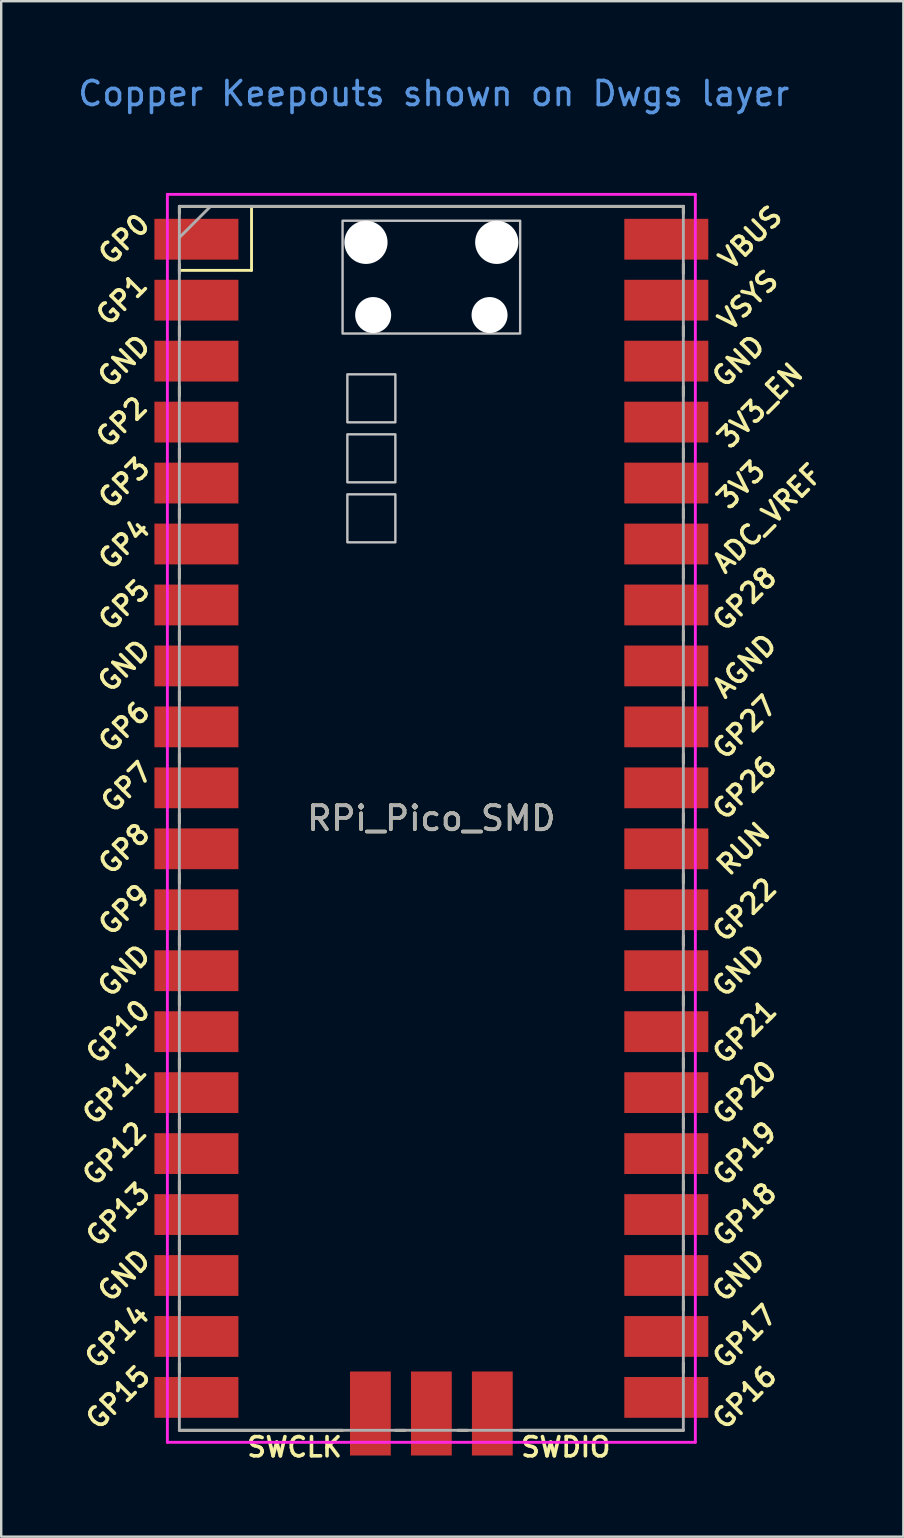
<source format=kicad_pcb>
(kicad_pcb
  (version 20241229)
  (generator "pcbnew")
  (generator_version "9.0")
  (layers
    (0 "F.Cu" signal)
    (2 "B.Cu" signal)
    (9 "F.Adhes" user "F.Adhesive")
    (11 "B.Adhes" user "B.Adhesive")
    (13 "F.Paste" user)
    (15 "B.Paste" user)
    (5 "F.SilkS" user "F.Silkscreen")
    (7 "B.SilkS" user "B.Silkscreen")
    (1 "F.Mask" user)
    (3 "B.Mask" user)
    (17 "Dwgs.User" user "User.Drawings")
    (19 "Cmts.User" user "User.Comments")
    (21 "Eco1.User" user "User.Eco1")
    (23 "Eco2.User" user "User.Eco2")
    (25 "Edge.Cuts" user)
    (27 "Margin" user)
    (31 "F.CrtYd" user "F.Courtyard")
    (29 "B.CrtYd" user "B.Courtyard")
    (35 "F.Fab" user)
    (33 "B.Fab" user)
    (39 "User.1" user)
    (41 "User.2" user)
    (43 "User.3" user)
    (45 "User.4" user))
  (footprint "RPi_Pico_SMD"
    (layer "F.Cu")
    (at 14.924 31.048)
    (property "Reference" "RPi_Pico_SMD" (at 0 0 0) (layer "F.SilkS") (effects (font (size 1 1) (thickness 0.15))))
    (attr through_hole)
    (fp_line (start -10.5 -25.5) (end -10.5 -25.2) (stroke (width 0.12) (type solid)) (layer "F.SilkS"))
    (fp_line (start -10.5 -25.5) (end 10.5 -25.5) (stroke (width 0.12) (type solid)) (layer "F.SilkS"))
    (fp_line (start -10.5 -23.1) (end -10.5 -22.7) (stroke (width 0.12) (type solid)) (layer "F.SilkS"))
    (fp_line (start -10.5 -22.833) (end -7.493 -22.833) (stroke (width 0.12) (type solid)) (layer "F.SilkS"))
    (fp_line (start -10.5 -20.5) (end -10.5 -20.1) (stroke (width 0.12) (type solid)) (layer "F.SilkS"))
    (fp_line (start -10.5 -18) (end -10.5 -17.6) (stroke (width 0.12) (type solid)) (layer "F.SilkS"))
    (fp_line (start -10.5 -15.4) (end -10.5 -15) (stroke (width 0.12) (type solid)) (layer "F.SilkS"))
    (fp_line (start -10.5 -12.9) (end -10.5 -12.5) (stroke (width 0.12) (type solid)) (layer "F.SilkS"))
    (fp_line (start -10.5 -10.4) (end -10.5 -10) (stroke (width 0.12) (type solid)) (layer "F.SilkS"))
    (fp_line (start -10.5 -7.8) (end -10.5 -7.4) (stroke (width 0.12) (type solid)) (layer "F.SilkS"))
    (fp_line (start -10.5 -5.3) (end -10.5 -4.9) (stroke (width 0.12) (type solid)) (layer "F.SilkS"))
    (fp_line (start -10.5 -2.7) (end -10.5 -2.3) (stroke (width 0.12) (type solid)) (layer "F.SilkS"))
    (fp_line (start -10.5 -0.2) (end -10.5 0.2) (stroke (width 0.12) (type solid)) (layer "F.SilkS"))
    (fp_line (start -10.5 2.3) (end -10.5 2.7) (stroke (width 0.12) (type solid)) (layer "F.SilkS"))
    (fp_line (start -10.5 4.9) (end -10.5 5.3) (stroke (width 0.12) (type solid)) (layer "F.SilkS"))
    (fp_line (start -10.5 7.4) (end -10.5 7.8) (stroke (width 0.12) (type solid)) (layer "F.SilkS"))
    (fp_line (start -10.5 10) (end -10.5 10.4) (stroke (width 0.12) (type solid)) (layer "F.SilkS"))
    (fp_line (start -10.5 12.5) (end -10.5 12.9) (stroke (width 0.12) (type solid)) (layer "F.SilkS"))
    (fp_line (start -10.5 15.1) (end -10.5 15.5) (stroke (width 0.12) (type solid)) (layer "F.SilkS"))
    (fp_line (start -10.5 17.6) (end -10.5 18) (stroke (width 0.12) (type solid)) (layer "F.SilkS"))
    (fp_line (start -10.5 20.1) (end -10.5 20.5) (stroke (width 0.12) (type solid)) (layer "F.SilkS"))
    (fp_line (start -10.5 22.7) (end -10.5 23.1) (stroke (width 0.12) (type solid)) (layer "F.SilkS"))
    (fp_line (start -7.493 -22.833) (end -7.493 -25.5) (stroke (width 0.12) (type solid)) (layer "F.SilkS"))
    (fp_line (start -3.7 25.5) (end -10.5 25.5) (stroke (width 0.12) (type solid)) (layer "F.SilkS"))
    (fp_line (start -1.5 25.5) (end -1.1 25.5) (stroke (width 0.12) (type solid)) (layer "F.SilkS"))
    (fp_line (start 1.1 25.5) (end 1.5 25.5) (stroke (width 0.12) (type solid)) (layer "F.SilkS"))
    (fp_line (start 10.5 -25.5) (end 10.5 -25.2) (stroke (width 0.12) (type solid)) (layer "F.SilkS"))
    (fp_line (start 10.5 -23.1) (end 10.5 -22.7) (stroke (width 0.12) (type solid)) (layer "F.SilkS"))
    (fp_line (start 10.5 -20.5) (end 10.5 -20.1) (stroke (width 0.12) (type solid)) (layer "F.SilkS"))
    (fp_line (start 10.5 -18) (end 10.5 -17.6) (stroke (width 0.12) (type solid)) (layer "F.SilkS"))
    (fp_line (start 10.5 -15.4) (end 10.5 -15) (stroke (width 0.12) (type solid)) (layer "F.SilkS"))
    (fp_line (start 10.5 -12.9) (end 10.5 -12.5) (stroke (width 0.12) (type solid)) (layer "F.SilkS"))
    (fp_line (start 10.5 -10.4) (end 10.5 -10) (stroke (width 0.12) (type solid)) (layer "F.SilkS"))
    (fp_line (start 10.5 -7.8) (end 10.5 -7.4) (stroke (width 0.12) (type solid)) (layer "F.SilkS"))
    (fp_line (start 10.5 -5.3) (end 10.5 -4.9) (stroke (width 0.12) (type solid)) (layer "F.SilkS"))
    (fp_line (start 10.5 -2.7) (end 10.5 -2.3) (stroke (width 0.12) (type solid)) (layer "F.SilkS"))
    (fp_line (start 10.5 -0.2) (end 10.5 0.2) (stroke (width 0.12) (type solid)) (layer "F.SilkS"))
    (fp_line (start 10.5 2.3) (end 10.5 2.7) (stroke (width 0.12) (type solid)) (layer "F.SilkS"))
    (fp_line (start 10.5 4.9) (end 10.5 5.3) (stroke (width 0.12) (type solid)) (layer "F.SilkS"))
    (fp_line (start 10.5 7.4) (end 10.5 7.8) (stroke (width 0.12) (type solid)) (layer "F.SilkS"))
    (fp_line (start 10.5 10) (end 10.5 10.4) (stroke (width 0.12) (type solid)) (layer "F.SilkS"))
    (fp_line (start 10.5 12.5) (end 10.5 12.9) (stroke (width 0.12) (type solid)) (layer "F.SilkS"))
    (fp_line (start 10.5 15.1) (end 10.5 15.5) (stroke (width 0.12) (type solid)) (layer "F.SilkS"))
    (fp_line (start 10.5 17.6) (end 10.5 18) (stroke (width 0.12) (type solid)) (layer "F.SilkS"))
    (fp_line (start 10.5 20.1) (end 10.5 20.5) (stroke (width 0.12) (type solid)) (layer "F.SilkS"))
    (fp_line (start 10.5 22.7) (end 10.5 23.1) (stroke (width 0.12) (type solid)) (layer "F.SilkS"))
    (fp_line (start 10.5 25.5) (end 3.7 25.5) (stroke (width 0.12) (type solid)) (layer "F.SilkS"))
    (fp_poly (pts (xy -1.5 -16.5) (xy -3.5 -16.5) (xy -3.5 -18.5) (xy -1.5 -18.5)) (stroke (width 0.1) (type solid)) (fill no) (layer "Dwgs.User"))
    (fp_poly (pts (xy -1.5 -14) (xy -3.5 -14) (xy -3.5 -16) (xy -1.5 -16)) (stroke (width 0.1) (type solid)) (fill no) (layer "Dwgs.User"))
    (fp_poly (pts (xy -1.5 -11.5) (xy -3.5 -11.5) (xy -3.5 -13.5) (xy -1.5 -13.5)) (stroke (width 0.1) (type solid)) (fill no) (layer "Dwgs.User"))
    (fp_poly (pts (xy 3.7 -20.2) (xy -3.7 -20.2) (xy -3.7 -24.9) (xy 3.7 -24.9)) (stroke (width 0.1) (type solid)) (fill no) (layer "Dwgs.User"))
    (fp_line (start -11 -26) (end 11 -26) (stroke (width 0.12) (type solid)) (layer "F.CrtYd"))
    (fp_line (start -11 26) (end -11 -26) (stroke (width 0.12) (type solid)) (layer "F.CrtYd"))
    (fp_line (start 11 -26) (end 11 26) (stroke (width 0.12) (type solid)) (layer "F.CrtYd"))
    (fp_line (start 11 26) (end -11 26) (stroke (width 0.12) (type solid)) (layer "F.CrtYd"))
    (fp_line (start -10.5 -25.5) (end 10.5 -25.5) (stroke (width 0.12) (type solid)) (layer "F.Fab"))
    (fp_line (start -10.5 -24.2) (end -9.2 -25.5) (stroke (width 0.12) (type solid)) (layer "F.Fab"))
    (fp_line (start -10.5 25.5) (end -10.5 -25.5) (stroke (width 0.12) (type solid)) (layer "F.Fab"))
    (fp_line (start 10.5 -25.5) (end 10.5 25.5) (stroke (width 0.12) (type solid)) (layer "F.Fab"))
    (fp_line (start 10.5 25.5) (end -10.5 25.5) (stroke (width 0.12) (type solid)) (layer "F.Fab"))
    (fp_text user "GP20" (at 13.054 11.43 45) (layer "F.SilkS") (effects (font (size 0.8 0.8) (thickness 0.15))))
    (fp_text user "GP9" (at -12.8 3.81 45) (layer "F.SilkS") (effects (font (size 0.8 0.8) (thickness 0.15))))
    (fp_text user "GP18" (at 13.054 16.51 45) (layer "F.SilkS") (effects (font (size 0.8 0.8) (thickness 0.15))))
    (fp_text user "GND" (at -12.8 -19.05 45) (layer "F.SilkS") (effects (font (size 0.8 0.8) (thickness 0.15))))
    (fp_text user "GND" (at 12.8 6.35 45) (layer "F.SilkS") (effects (font (size 0.8 0.8) (thickness 0.15))))
    (fp_text user "GP12" (at -13.2 13.97 45) (layer "F.SilkS") (effects (font (size 0.8 0.8) (thickness 0.15))))
    (fp_text user "GP2" (at -12.9 -16.51 45) (layer "F.SilkS") (effects (font (size 0.8 0.8) (thickness 0.15))))
    (fp_text user "GP15" (at -13.054 24.13 45) (layer "F.SilkS") (effects (font (size 0.8 0.8) (thickness 0.15))))
    (fp_text user "GP14" (at -13.1 21.59 45) (layer "F.SilkS") (effects (font (size 0.8 0.8) (thickness 0.15))))
    (fp_text user "GND" (at -12.8 19.05 45) (layer "F.SilkS") (effects (font (size 0.8 0.8) (thickness 0.15))))
    (fp_text user "GP7" (at -12.7 -1.3 45) (layer "F.SilkS") (effects (font (size 0.8 0.8) (thickness 0.15))))
    (fp_text user "GP6" (at -12.8 -3.81 45) (layer "F.SilkS") (effects (font (size 0.8 0.8) (thickness 0.15))))
    (fp_text user "GP10" (at -13.054 8.89 45) (layer "F.SilkS") (effects (font (size 0.8 0.8) (thickness 0.15))))
    (fp_text user "GP22" (at 13.054 3.81 45) (layer "F.SilkS") (effects (font (size 0.8 0.8) (thickness 0.15))))
    (fp_text user "GP21" (at 13.054 8.9 45) (layer "F.SilkS") (effects (font (size 0.8 0.8) (thickness 0.15))))
    (fp_text user "GND" (at 12.8 -19.05 45) (layer "F.SilkS") (effects (font (size 0.8 0.8) (thickness 0.15))))
    (fp_text user "GP16" (at 13.054 24.13 45) (layer "F.SilkS") (effects (font (size 0.8 0.8) (thickness 0.15))))
    (fp_text user "GP1" (at -12.9 -21.6 45) (layer "F.SilkS") (effects (font (size 0.8 0.8) (thickness 0.15))))
    (fp_text user "3V3" (at 12.9 -13.9 45) (layer "F.SilkS") (effects (font (size 0.8 0.8) (thickness 0.15))))
    (fp_text user "GND" (at -12.8 6.35 45) (layer "F.SilkS") (effects (font (size 0.8 0.8) (thickness 0.15))))
    (fp_text user "VSYS" (at 13.2 -21.59 45) (layer "F.SilkS") (effects (font (size 0.8 0.8) (thickness 0.15))))
    (fp_text user "RUN" (at 13 1.27 45) (layer "F.SilkS") (effects (font (size 0.8 0.8) (thickness 0.15))))
    (fp_text user "SWDIO" (at 5.6 26.2 0) (layer "F.SilkS") (effects (font (size 0.8 0.8) (thickness 0.15))))
    (fp_text user "GP3" (at -12.8 -13.97 45) (layer "F.SilkS") (effects (font (size 0.8 0.8) (thickness 0.15))))
    (fp_text user "VBUS" (at 13.3 -24.2 45) (layer "F.SilkS") (effects (font (size 0.8 0.8) (thickness 0.15))))
    (fp_text user "GP5" (at -12.8 -8.89 45) (layer "F.SilkS") (effects (font (size 0.8 0.8) (thickness 0.15))))
    (fp_text user "GND" (at -12.8 -6.35 45) (layer "F.SilkS") (effects (font (size 0.8 0.8) (thickness 0.15))))
    (fp_text user "ADC_VREF" (at 14 -12.5 45) (layer "F.SilkS") (effects (font (size 0.8 0.8) (thickness 0.15))))
    (fp_text user "GP0" (at -12.8 -24.13 45) (layer "F.SilkS") (effects (font (size 0.8 0.8) (thickness 0.15))))
    (fp_text user "AGND" (at 13.054 -6.35 45) (layer "F.SilkS") (effects (font (size 0.8 0.8) (thickness 0.15))))
    (fp_text user "3V3_EN" (at 13.7 -17.2 45) (layer "F.SilkS") (effects (font (size 0.8 0.8) (thickness 0.15))))
    (fp_text user "GP4" (at -12.8 -11.43 45) (layer "F.SilkS") (effects (font (size 0.8 0.8) (thickness 0.15))))
    (fp_text user "GP17" (at 13.054 21.59 45) (layer "F.SilkS") (effects (font (size 0.8 0.8) (thickness 0.15))))
    (fp_text user "GP13" (at -13.054 16.51 45) (layer "F.SilkS") (effects (font (size 0.8 0.8) (thickness 0.15))))
    (fp_text user "SWCLK" (at -5.7 26.2 0) (layer "F.SilkS") (effects (font (size 0.8 0.8) (thickness 0.15))))
    (fp_text user "GP26" (at 13.054 -1.27 45) (layer "F.SilkS") (effects (font (size 0.8 0.8) (thickness 0.15))))
    (fp_text user "GP28" (at 13.054 -9.144 45) (layer "F.SilkS") (effects (font (size 0.8 0.8) (thickness 0.15))))
    (fp_text user "GP8" (at -12.8 1.27 45) (layer "F.SilkS") (effects (font (size 0.8 0.8) (thickness 0.15))))
    (fp_text user "GND" (at 12.8 19.05 45) (layer "F.SilkS") (effects (font (size 0.8 0.8) (thickness 0.15))))
    (fp_text user "GP27" (at 13.054 -3.8 45) (layer "F.SilkS") (effects (font (size 0.8 0.8) (thickness 0.15))))
    (fp_text user "GP11" (at -13.2 11.43 45) (layer "F.SilkS") (effects (font (size 0.8 0.8) (thickness 0.15))))
    (fp_text user "GP19" (at 13.054 13.97 45) (layer "F.SilkS") (effects (font (size 0.8 0.8) (thickness 0.15))))
    (fp_text user "Copper Keepouts shown on Dwgs layer" (at 0.1 -30.2 0) (layer "Cmts.User") (effects (font (size 1 1) (thickness 0.15))))
    (fp_text user "${REFERENCE}" (at 0 0 180) (layer "F.Fab") (effects (font (size 1 1) (thickness 0.15))))
    (pad "" np_thru_hole oval (at -2.725 -24) (size 1.8 1.8) (drill 1.8) (layers "*.Cu" "*.Mask"))
    (pad "" np_thru_hole oval (at -2.425 -20.97) (size 1.5 1.5) (drill 1.5) (layers "*.Cu" "*.Mask"))
    (pad "" np_thru_hole oval (at 2.425 -20.97) (size 1.5 1.5) (drill 1.5) (layers "*.Cu" "*.Mask"))
    (pad "" np_thru_hole oval (at 2.725 -24) (size 1.8 1.8) (drill 1.8) (layers "*.Cu" "*.Mask"))
    (pad "1" smd rect (at -8.89 -24.13) (size 3.5 1.7) (drill (offset -0.9 0)) (layers "F.Cu" "F.Mask"))
    (pad "2" smd rect (at -8.89 -21.59) (size 3.5 1.7) (drill (offset -0.9 0)) (layers "F.Cu" "F.Mask"))
    (pad "3" smd rect (at -8.89 -19.05) (size 3.5 1.7) (drill (offset -0.9 0)) (layers "F.Cu" "F.Mask"))
    (pad "4" smd rect (at -8.89 -16.51) (size 3.5 1.7) (drill (offset -0.9 0)) (layers "F.Cu" "F.Mask"))
    (pad "5" smd rect (at -8.89 -13.97) (size 3.5 1.7) (drill (offset -0.9 0)) (layers "F.Cu" "F.Mask"))
    (pad "6" smd rect (at -8.89 -11.43) (size 3.5 1.7) (drill (offset -0.9 0)) (layers "F.Cu" "F.Mask"))
    (pad "7" smd rect (at -8.89 -8.89) (size 3.5 1.7) (drill (offset -0.9 0)) (layers "F.Cu" "F.Mask"))
    (pad "8" smd rect (at -8.89 -6.35) (size 3.5 1.7) (drill (offset -0.9 0)) (layers "F.Cu" "F.Mask"))
    (pad "9" smd rect (at -8.89 -3.81) (size 3.5 1.7) (drill (offset -0.9 0)) (layers "F.Cu" "F.Mask"))
    (pad "10" smd rect (at -8.89 -1.27) (size 3.5 1.7) (drill (offset -0.9 0)) (layers "F.Cu" "F.Mask"))
    (pad "11" smd rect (at -8.89 1.27) (size 3.5 1.7) (drill (offset -0.9 0)) (layers "F.Cu" "F.Mask"))
    (pad "12" smd rect (at -8.89 3.81) (size 3.5 1.7) (drill (offset -0.9 0)) (layers "F.Cu" "F.Mask"))
    (pad "13" smd rect (at -8.89 6.35) (size 3.5 1.7) (drill (offset -0.9 0)) (layers "F.Cu" "F.Mask"))
    (pad "14" smd rect (at -8.89 8.89) (size 3.5 1.7) (drill (offset -0.9 0)) (layers "F.Cu" "F.Mask"))
    (pad "15" smd rect (at -8.89 11.43) (size 3.5 1.7) (drill (offset -0.9 0)) (layers "F.Cu" "F.Mask"))
    (pad "16" smd rect (at -8.89 13.97) (size 3.5 1.7) (drill (offset -0.9 0)) (layers "F.Cu" "F.Mask"))
    (pad "17" smd rect (at -8.89 16.51) (size 3.5 1.7) (drill (offset -0.9 0)) (layers "F.Cu" "F.Mask"))
    (pad "18" smd rect (at -8.89 19.05) (size 3.5 1.7) (drill (offset -0.9 0)) (layers "F.Cu" "F.Mask"))
    (pad "19" smd rect (at -8.89 21.59) (size 3.5 1.7) (drill (offset -0.9 0)) (layers "F.Cu" "F.Mask"))
    (pad "20" smd rect (at -8.89 24.13) (size 3.5 1.7) (drill (offset -0.9 0)) (layers "F.Cu" "F.Mask"))
    (pad "21" smd rect (at 8.89 24.13) (size 3.5 1.7) (drill (offset 0.9 0)) (layers "F.Cu" "F.Mask"))
    (pad "22" smd rect (at 8.89 21.59) (size 3.5 1.7) (drill (offset 0.9 0)) (layers "F.Cu" "F.Mask"))
    (pad "23" smd rect (at 8.89 19.05) (size 3.5 1.7) (drill (offset 0.9 0)) (layers "F.Cu" "F.Mask"))
    (pad "24" smd rect (at 8.89 16.51) (size 3.5 1.7) (drill (offset 0.9 0)) (layers "F.Cu" "F.Mask"))
    (pad "25" smd rect (at 8.89 13.97) (size 3.5 1.7) (drill (offset 0.9 0)) (layers "F.Cu" "F.Mask"))
    (pad "26" smd rect (at 8.89 11.43) (size 3.5 1.7) (drill (offset 0.9 0)) (layers "F.Cu" "F.Mask"))
    (pad "27" smd rect (at 8.89 8.89) (size 3.5 1.7) (drill (offset 0.9 0)) (layers "F.Cu" "F.Mask"))
    (pad "28" smd rect (at 8.89 6.35) (size 3.5 1.7) (drill (offset 0.9 0)) (layers "F.Cu" "F.Mask"))
    (pad "29" smd rect (at 8.89 3.81) (size 3.5 1.7) (drill (offset 0.9 0)) (layers "F.Cu" "F.Mask"))
    (pad "30" smd rect (at 8.89 1.27) (size 3.5 1.7) (drill (offset 0.9 0)) (layers "F.Cu" "F.Mask"))
    (pad "31" smd rect (at 8.89 -1.27) (size 3.5 1.7) (drill (offset 0.9 0)) (layers "F.Cu" "F.Mask"))
    (pad "32" smd rect (at 8.89 -3.81) (size 3.5 1.7) (drill (offset 0.9 0)) (layers "F.Cu" "F.Mask"))
    (pad "33" smd rect (at 8.89 -6.35) (size 3.5 1.7) (drill (offset 0.9 0)) (layers "F.Cu" "F.Mask"))
    (pad "34" smd rect (at 8.89 -8.89) (size 3.5 1.7) (drill (offset 0.9 0)) (layers "F.Cu" "F.Mask"))
    (pad "35" smd rect (at 8.89 -11.43) (size 3.5 1.7) (drill (offset 0.9 0)) (layers "F.Cu" "F.Mask"))
    (pad "36" smd rect (at 8.89 -13.97) (size 3.5 1.7) (drill (offset 0.9 0)) (layers "F.Cu" "F.Mask"))
    (pad "37" smd rect (at 8.89 -16.51) (size 3.5 1.7) (drill (offset 0.9 0)) (layers "F.Cu" "F.Mask"))
    (pad "38" smd rect (at 8.89 -19.05) (size 3.5 1.7) (drill (offset 0.9 0)) (layers "F.Cu" "F.Mask"))
    (pad "39" smd rect (at 8.89 -21.59) (size 3.5 1.7) (drill (offset 0.9 0)) (layers "F.Cu" "F.Mask"))
    (pad "40" smd rect (at 8.89 -24.13) (size 3.5 1.7) (drill (offset 0.9 0)) (layers "F.Cu" "F.Mask"))
    (pad "41" smd rect (at -2.54 23.9 90) (size 3.5 1.7) (drill (offset -0.9 0)) (layers "F.Cu" "F.Mask"))
    (pad "42" smd rect (at 0 23.9 90) (size 3.5 1.7) (drill (offset -0.9 0)) (layers "F.Cu" "F.Mask"))
    (pad "43" smd rect (at 2.54 23.9 90) (size 3.5 1.7) (drill (offset -0.9 0)) (layers "F.Cu" "F.Mask")))
  (gr_rect
    (start -3 -3)
    (end 34.591 60.98)
    (stroke (width 0.1) (type default))
    (fill no)
    (layer "Edge.Cuts")))
</source>
